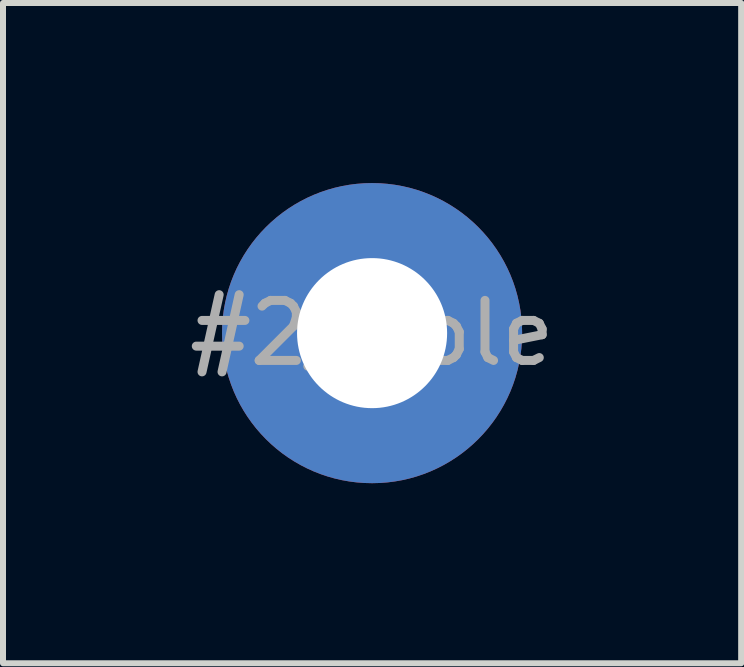
<source format=kicad_pcb>
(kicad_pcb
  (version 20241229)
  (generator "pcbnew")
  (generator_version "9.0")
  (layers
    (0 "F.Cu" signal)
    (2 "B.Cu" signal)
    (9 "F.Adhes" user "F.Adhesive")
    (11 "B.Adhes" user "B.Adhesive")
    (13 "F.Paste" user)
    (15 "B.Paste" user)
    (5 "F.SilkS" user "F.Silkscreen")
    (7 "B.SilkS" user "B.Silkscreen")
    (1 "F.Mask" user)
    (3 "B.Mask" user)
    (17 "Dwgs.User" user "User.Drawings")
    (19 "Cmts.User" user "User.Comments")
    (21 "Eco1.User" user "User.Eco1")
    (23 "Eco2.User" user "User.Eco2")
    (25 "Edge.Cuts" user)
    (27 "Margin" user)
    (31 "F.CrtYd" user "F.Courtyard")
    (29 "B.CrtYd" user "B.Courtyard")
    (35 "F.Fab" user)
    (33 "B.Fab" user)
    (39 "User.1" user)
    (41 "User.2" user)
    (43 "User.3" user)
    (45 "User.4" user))
  (footprint "#2_Hole"
    (layer "F.Cu")
    (at 3.149 2.5)
    (property "Reference" "#2_Hole" (at 0 0 0) (layer "F.Fab") (effects (font (size 1 1) (thickness 0.15))))
    (attr through_hole)
    (pad "1" thru_hole circle (at 0 0) (size 5 5) (drill 2.5) (layers "*.Cu" "*.Mask")))
  (gr_rect
    (start -3 -3)
    (end 9.298 8)
    (stroke (width 0.1) (type default))
    (fill no)
    (layer "Edge.Cuts")))
</source>
